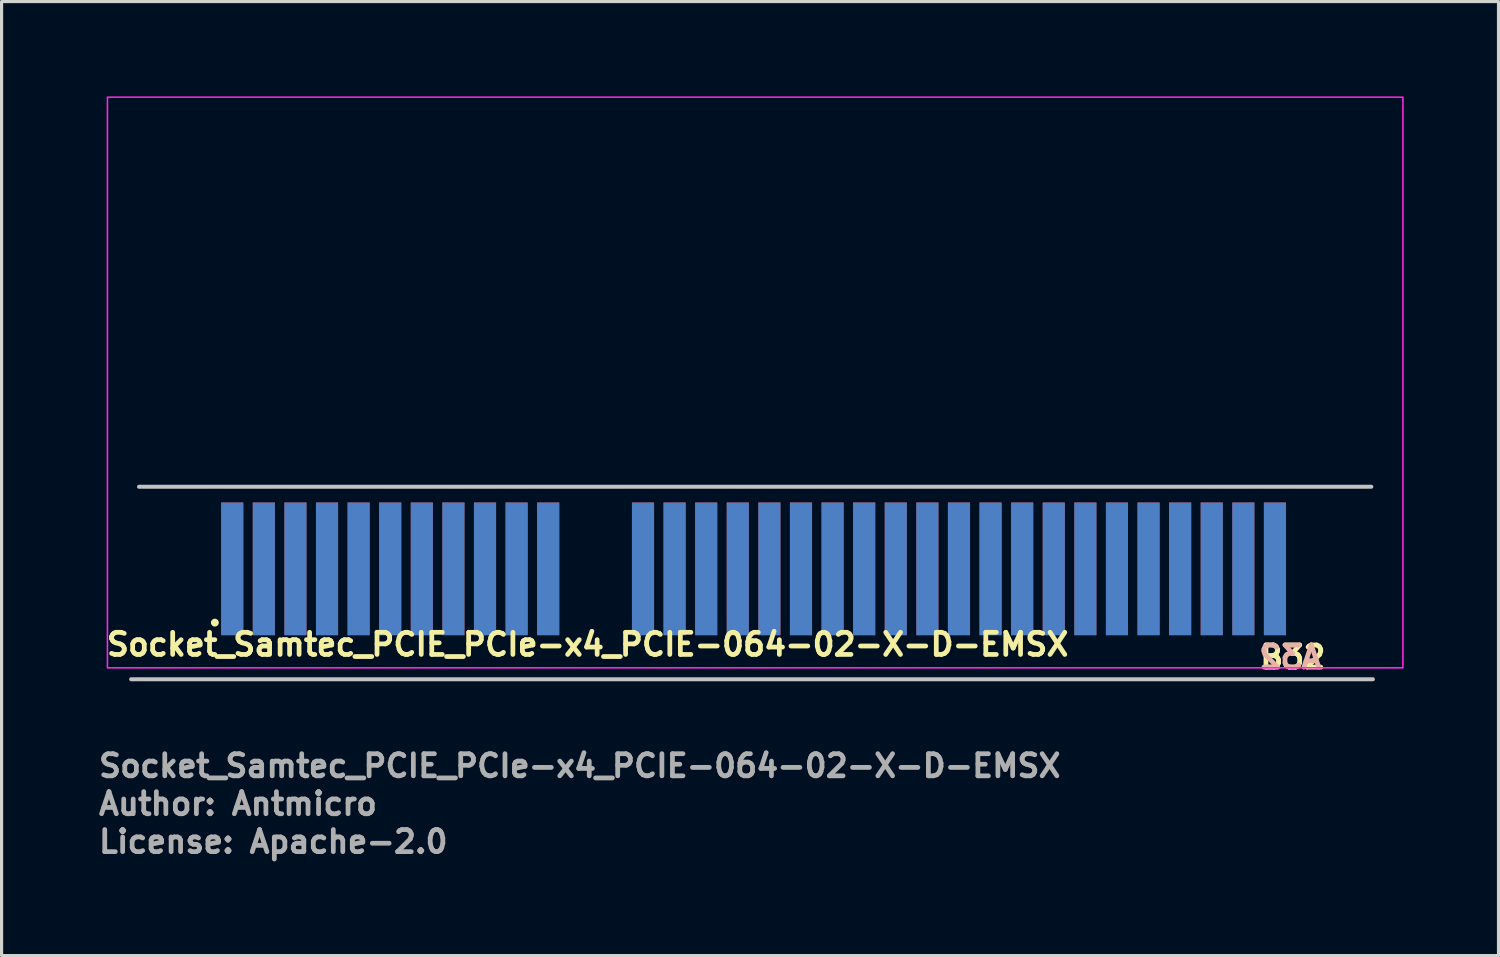
<source format=kicad_pcb>
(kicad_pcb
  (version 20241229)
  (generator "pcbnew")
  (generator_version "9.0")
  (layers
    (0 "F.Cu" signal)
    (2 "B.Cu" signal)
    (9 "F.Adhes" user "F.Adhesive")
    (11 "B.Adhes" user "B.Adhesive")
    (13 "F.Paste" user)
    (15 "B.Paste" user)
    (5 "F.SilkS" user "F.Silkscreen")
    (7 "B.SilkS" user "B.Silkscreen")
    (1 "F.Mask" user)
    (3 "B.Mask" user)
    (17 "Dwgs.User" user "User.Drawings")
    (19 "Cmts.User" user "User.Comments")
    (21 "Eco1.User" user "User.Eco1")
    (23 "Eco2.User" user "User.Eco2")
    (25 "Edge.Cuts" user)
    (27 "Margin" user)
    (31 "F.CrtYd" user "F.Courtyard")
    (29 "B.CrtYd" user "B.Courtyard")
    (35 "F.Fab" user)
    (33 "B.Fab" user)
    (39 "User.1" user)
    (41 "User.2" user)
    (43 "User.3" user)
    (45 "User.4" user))
  (footprint "Socket_Samtec_PCIE_PCIe-x4_PCIE-064-02-X-D-EMSX"
    (layer "F.Cu")
    (at 20.85 9.055)
    (property "Reference" "Socket_Samtec_PCIE_PCIe-x4_PCIE-064-02-X-D-EMSX" (at -20.6 8.7 0) (layer "F.SilkS") (effects (font (size 0.7 0.7) (thickness 0.15)) (justify left bottom)))
    (attr smd)
    (fp_circle (center -17.1 7.6) (end -17.05 7.6) (stroke (width 0.15) (type solid)) (fill yes) (layer "F.SilkS"))
    (fp_line (start 19.5 3.3) (end -19.5 3.3) (stroke (width 0.127) (type solid)) (layer "Dwgs.User"))
    (fp_line (start 19.55 9.392) (end -19.75 9.392) (stroke (width 0.127) (type solid)) (layer "Dwgs.User"))
    (fp_rect (start -20.5 -9.03) (end 20.5 9.03) (stroke (width 0.05) (type solid)) (fill no) (layer "F.CrtYd"))
    (fp_rect (start -19.5 -8.032) (end 19.5 8.033) (stroke (width 0.1) (type solid)) (fill no) (layer "User.5"))
    (fp_line (start -19.5 -8.008) (end -15.95 -8.008) (stroke (width 0.02) (type solid)) (layer "User.9"))
    (fp_line (start -19.5 -5.207) (end -19.5 -8.008) (stroke (width 0.02) (type solid)) (layer "User.9"))
    (fp_line (start -19.5 -4.407) (end -19.5 -5.207) (stroke (width 0.02) (type solid)) (layer "User.9"))
    (fp_line (start -19.5 3.042) (end -19.5 -4.407) (stroke (width 0.02) (type solid)) (layer "User.9"))
    (fp_line (start -18.481 -8.032) (end -17.381 -8.032) (stroke (width 0.02) (type solid)) (layer "User.9"))
    (fp_line (start -18.481 -8.008) (end -18.481 -8.032) (stroke (width 0.02) (type solid)) (layer "User.9"))
    (fp_line (start -17.381 -8.008) (end -17.381 -8.032) (stroke (width 0.02) (type solid)) (layer "User.9"))
    (fp_line (start -16.695 5.393) (end -16.695 3.042) (stroke (width 0.02) (type solid)) (layer "User.9"))
    (fp_line (start -16.695 5.393) (end -16.695 5.531) (stroke (width 0.02) (type solid)) (layer "User.9"))
    (fp_line (start -16.695 7.538) (end -16.695 5.531) (stroke (width 0.02) (type solid)) (layer "User.9"))
    (fp_line (start -16.695 7.538) (end -16.695 7.732) (stroke (width 0.02) (type solid)) (layer "User.9"))
    (fp_line (start -16.695 7.903) (end -16.695 7.732) (stroke (width 0.02) (type solid)) (layer "User.9"))
    (fp_line (start -16.695 8.033) (end -16.695 7.903) (stroke (width 0.02) (type solid)) (layer "User.9"))
    (fp_line (start -16.34 3.042) (end -16.34 5.393) (stroke (width 0.02) (type solid)) (layer "User.9"))
    (fp_line (start -16.34 5.393) (end -16.34 5.531) (stroke (width 0.02) (type solid)) (layer "User.9"))
    (fp_line (start -16.34 5.531) (end -16.34 7.538) (stroke (width 0.02) (type solid)) (layer "User.9"))
    (fp_line (start -16.34 7.538) (end -16.34 7.732) (stroke (width 0.02) (type solid)) (layer "User.9"))
    (fp_line (start -16.34 7.732) (end -16.34 7.903) (stroke (width 0.02) (type solid)) (layer "User.9"))
    (fp_line (start -16.34 7.903) (end -16.695 7.903) (stroke (width 0.02) (type solid)) (layer "User.9"))
    (fp_line (start -16.34 7.903) (end -16.34 8.033) (stroke (width 0.02) (type solid)) (layer "User.9"))
    (fp_line (start -16.34 8.033) (end -16.695 8.033) (stroke (width 0.02) (type solid)) (layer "User.9"))
    (fp_line (start -15.95 -8.008) (end -15.95 -5.207) (stroke (width 0.02) (type solid)) (layer "User.9"))
    (fp_line (start -15.95 -5.207) (end -19.5 -5.207) (stroke (width 0.02) (type solid)) (layer "User.9"))
    (fp_line (start -15.95 -5.207) (end -15.95 -4.407) (stroke (width 0.02) (type solid)) (layer "User.9"))
    (fp_line (start -15.95 -4.407) (end -19.5 -4.407) (stroke (width 0.02) (type solid)) (layer "User.9"))
    (fp_line (start -15.695 5.393) (end -15.695 3.042) (stroke (width 0.02) (type solid)) (layer "User.9"))
    (fp_line (start -15.695 5.531) (end -15.695 5.393) (stroke (width 0.02) (type solid)) (layer "User.9"))
    (fp_line (start -15.695 7.538) (end -15.695 5.531) (stroke (width 0.02) (type solid)) (layer "User.9"))
    (fp_line (start -15.695 7.732) (end -15.695 7.538) (stroke (width 0.02) (type solid)) (layer "User.9"))
    (fp_line (start -15.695 7.903) (end -15.695 7.732) (stroke (width 0.02) (type solid)) (layer "User.9"))
    (fp_line (start -15.695 8.033) (end -15.695 7.903) (stroke (width 0.02) (type solid)) (layer "User.9"))
    (fp_line (start -15.34 3.042) (end -15.34 5.393) (stroke (width 0.02) (type solid)) (layer "User.9"))
    (fp_line (start -15.34 5.393) (end -15.34 5.531) (stroke (width 0.02) (type solid)) (layer "User.9"))
    (fp_line (start -15.34 5.531) (end -15.34 7.538) (stroke (width 0.02) (type solid)) (layer "User.9"))
    (fp_line (start -15.34 7.538) (end -15.34 7.732) (stroke (width 0.02) (type solid)) (layer "User.9"))
    (fp_line (start -15.34 7.732) (end -15.34 7.903) (stroke (width 0.02) (type solid)) (layer "User.9"))
    (fp_line (start -15.34 7.903) (end -15.695 7.903) (stroke (width 0.02) (type solid)) (layer "User.9"))
    (fp_line (start -15.34 7.903) (end -15.34 8.033) (stroke (width 0.02) (type solid)) (layer "User.9"))
    (fp_line (start -15.34 8.033) (end -15.695 8.033) (stroke (width 0.02) (type solid)) (layer "User.9"))
    (fp_line (start -14.695 5.393) (end -14.695 3.042) (stroke (width 0.02) (type solid)) (layer "User.9"))
    (fp_line (start -14.695 5.531) (end -14.695 5.393) (stroke (width 0.02) (type solid)) (layer "User.9"))
    (fp_line (start -14.695 7.538) (end -14.695 5.531) (stroke (width 0.02) (type solid)) (layer "User.9"))
    (fp_line (start -14.695 7.732) (end -14.695 7.538) (stroke (width 0.02) (type solid)) (layer "User.9"))
    (fp_line (start -14.695 7.903) (end -14.695 7.732) (stroke (width 0.02) (type solid)) (layer "User.9"))
    (fp_line (start -14.695 8.033) (end -14.695 7.903) (stroke (width 0.02) (type solid)) (layer "User.9"))
    (fp_line (start -14.55 -8.008) (end -15.95 -8.008) (stroke (width 0.02) (type solid)) (layer "User.9"))
    (fp_line (start -14.55 -8.008) (end -10.45 -8.008) (stroke (width 0.02) (type solid)) (layer "User.9"))
    (fp_line (start -14.55 -5.207) (end -14.55 -8.008) (stroke (width 0.02) (type solid)) (layer "User.9"))
    (fp_line (start -14.55 -4.407) (end -14.55 -5.207) (stroke (width 0.02) (type solid)) (layer "User.9"))
    (fp_line (start -14.34 3.042) (end -14.34 5.393) (stroke (width 0.02) (type solid)) (layer "User.9"))
    (fp_line (start -14.34 5.393) (end -14.34 5.531) (stroke (width 0.02) (type solid)) (layer "User.9"))
    (fp_line (start -14.34 5.531) (end -14.34 7.538) (stroke (width 0.02) (type solid)) (layer "User.9"))
    (fp_line (start -14.34 7.538) (end -14.34 7.732) (stroke (width 0.02) (type solid)) (layer "User.9"))
    (fp_line (start -14.34 7.732) (end -14.34 7.903) (stroke (width 0.02) (type solid)) (layer "User.9"))
    (fp_line (start -14.34 7.903) (end -14.695 7.903) (stroke (width 0.02) (type solid)) (layer "User.9"))
    (fp_line (start -14.34 7.903) (end -14.34 8.033) (stroke (width 0.02) (type solid)) (layer "User.9"))
    (fp_line (start -14.34 8.033) (end -14.695 8.033) (stroke (width 0.02) (type solid)) (layer "User.9"))
    (fp_line (start -13.695 5.393) (end -13.695 3.042) (stroke (width 0.02) (type solid)) (layer "User.9"))
    (fp_line (start -13.695 5.531) (end -13.695 5.393) (stroke (width 0.02) (type solid)) (layer "User.9"))
    (fp_line (start -13.695 7.538) (end -13.695 5.531) (stroke (width 0.02) (type solid)) (layer "User.9"))
    (fp_line (start -13.695 7.732) (end -13.695 7.538) (stroke (width 0.02) (type solid)) (layer "User.9"))
    (fp_line (start -13.695 7.903) (end -13.695 7.732) (stroke (width 0.02) (type solid)) (layer "User.9"))
    (fp_line (start -13.695 8.033) (end -13.695 7.903) (stroke (width 0.02) (type solid)) (layer "User.9"))
    (fp_line (start -13.34 3.042) (end -13.34 5.393) (stroke (width 0.02) (type solid)) (layer "User.9"))
    (fp_line (start -13.34 5.393) (end -13.34 5.531) (stroke (width 0.02) (type solid)) (layer "User.9"))
    (fp_line (start -13.34 5.531) (end -13.34 7.538) (stroke (width 0.02) (type solid)) (layer "User.9"))
    (fp_line (start -13.34 7.538) (end -13.34 7.732) (stroke (width 0.02) (type solid)) (layer "User.9"))
    (fp_line (start -13.34 7.732) (end -13.34 7.903) (stroke (width 0.02) (type solid)) (layer "User.9"))
    (fp_line (start -13.34 7.903) (end -13.695 7.903) (stroke (width 0.02) (type solid)) (layer "User.9"))
    (fp_line (start -13.34 7.903) (end -13.34 8.033) (stroke (width 0.02) (type solid)) (layer "User.9"))
    (fp_line (start -13.34 8.033) (end -13.695 8.033) (stroke (width 0.02) (type solid)) (layer "User.9"))
    (fp_line (start -12.695 5.393) (end -12.695 3.042) (stroke (width 0.02) (type solid)) (layer "User.9"))
    (fp_line (start -12.695 5.531) (end -12.695 5.393) (stroke (width 0.02) (type solid)) (layer "User.9"))
    (fp_line (start -12.695 7.538) (end -12.695 5.531) (stroke (width 0.02) (type solid)) (layer "User.9"))
    (fp_line (start -12.695 7.732) (end -12.695 7.538) (stroke (width 0.02) (type solid)) (layer "User.9"))
    (fp_line (start -12.695 7.903) (end -12.695 7.732) (stroke (width 0.02) (type solid)) (layer "User.9"))
    (fp_line (start -12.695 8.033) (end -12.695 7.903) (stroke (width 0.02) (type solid)) (layer "User.9"))
    (fp_line (start -12.34 3.042) (end -12.34 5.393) (stroke (width 0.02) (type solid)) (layer "User.9"))
    (fp_line (start -12.34 5.393) (end -12.34 5.531) (stroke (width 0.02) (type solid)) (layer "User.9"))
    (fp_line (start -12.34 5.531) (end -12.34 7.538) (stroke (width 0.02) (type solid)) (layer "User.9"))
    (fp_line (start -12.34 7.538) (end -12.34 7.732) (stroke (width 0.02) (type solid)) (layer "User.9"))
    (fp_line (start -12.34 7.732) (end -12.34 7.903) (stroke (width 0.02) (type solid)) (layer "User.9"))
    (fp_line (start -12.34 7.903) (end -12.695 7.903) (stroke (width 0.02) (type solid)) (layer "User.9"))
    (fp_line (start -12.34 7.903) (end -12.34 8.033) (stroke (width 0.02) (type solid)) (layer "User.9"))
    (fp_line (start -12.34 8.033) (end -12.695 8.033) (stroke (width 0.02) (type solid)) (layer "User.9"))
    (fp_line (start -11.695 5.393) (end -11.695 3.042) (stroke (width 0.02) (type solid)) (layer "User.9"))
    (fp_line (start -11.695 5.531) (end -11.695 5.393) (stroke (width 0.02) (type solid)) (layer "User.9"))
    (fp_line (start -11.695 7.538) (end -11.695 5.531) (stroke (width 0.02) (type solid)) (layer "User.9"))
    (fp_line (start -11.695 7.732) (end -11.695 7.538) (stroke (width 0.02) (type solid)) (layer "User.9"))
    (fp_line (start -11.695 7.903) (end -11.695 7.732) (stroke (width 0.02) (type solid)) (layer "User.9"))
    (fp_line (start -11.695 8.033) (end -11.695 7.903) (stroke (width 0.02) (type solid)) (layer "User.9"))
    (fp_line (start -11.34 3.042) (end -11.34 5.393) (stroke (width 0.02) (type solid)) (layer "User.9"))
    (fp_line (start -11.34 5.393) (end -11.34 5.531) (stroke (width 0.02) (type solid)) (layer "User.9"))
    (fp_line (start -11.34 5.531) (end -11.34 7.538) (stroke (width 0.02) (type solid)) (layer "User.9"))
    (fp_line (start -11.34 7.538) (end -11.34 7.732) (stroke (width 0.02) (type solid)) (layer "User.9"))
    (fp_line (start -11.34 7.732) (end -11.34 7.903) (stroke (width 0.02) (type solid)) (layer "User.9"))
    (fp_line (start -11.34 7.903) (end -11.695 7.903) (stroke (width 0.02) (type solid)) (layer "User.9"))
    (fp_line (start -11.34 7.903) (end -11.34 8.033) (stroke (width 0.02) (type solid)) (layer "User.9"))
    (fp_line (start -11.34 8.033) (end -11.695 8.033) (stroke (width 0.02) (type solid)) (layer "User.9"))
    (fp_line (start -10.695 5.393) (end -10.695 3.042) (stroke (width 0.02) (type solid)) (layer "User.9"))
    (fp_line (start -10.695 5.531) (end -10.695 5.393) (stroke (width 0.02) (type solid)) (layer "User.9"))
    (fp_line (start -10.695 7.538) (end -10.695 5.531) (stroke (width 0.02) (type solid)) (layer "User.9"))
    (fp_line (start -10.695 7.732) (end -10.695 7.538) (stroke (width 0.02) (type solid)) (layer "User.9"))
    (fp_line (start -10.695 7.903) (end -10.695 7.732) (stroke (width 0.02) (type solid)) (layer "User.9"))
    (fp_line (start -10.695 8.033) (end -10.695 7.903) (stroke (width 0.02) (type solid)) (layer "User.9"))
    (fp_line (start -10.45 -8.008) (end -10.45 -5.207) (stroke (width 0.02) (type solid)) (layer "User.9"))
    (fp_line (start -10.45 -5.207) (end -14.55 -5.207) (stroke (width 0.02) (type solid)) (layer "User.9"))
    (fp_line (start -10.45 -4.407) (end -14.55 -4.407) (stroke (width 0.02) (type solid)) (layer "User.9"))
    (fp_line (start -10.45 -4.407) (end -10.45 -5.207) (stroke (width 0.02) (type solid)) (layer "User.9"))
    (fp_line (start -10.34 3.042) (end -10.34 5.393) (stroke (width 0.02) (type solid)) (layer "User.9"))
    (fp_line (start -10.34 5.393) (end -10.34 5.531) (stroke (width 0.02) (type solid)) (layer "User.9"))
    (fp_line (start -10.34 5.531) (end -10.34 7.538) (stroke (width 0.02) (type solid)) (layer "User.9"))
    (fp_line (start -10.34 7.538) (end -10.34 7.732) (stroke (width 0.02) (type solid)) (layer "User.9"))
    (fp_line (start -10.34 7.732) (end -10.34 7.903) (stroke (width 0.02) (type solid)) (layer "User.9"))
    (fp_line (start -10.34 7.903) (end -10.695 7.903) (stroke (width 0.02) (type solid)) (layer "User.9"))
    (fp_line (start -10.34 7.903) (end -10.34 8.033) (stroke (width 0.02) (type solid)) (layer "User.9"))
    (fp_line (start -10.34 8.033) (end -10.695 8.033) (stroke (width 0.02) (type solid)) (layer "User.9"))
    (fp_line (start -9.695 5.393) (end -9.695 3.042) (stroke (width 0.02) (type solid)) (layer "User.9"))
    (fp_line (start -9.695 5.531) (end -9.695 5.393) (stroke (width 0.02) (type solid)) (layer "User.9"))
    (fp_line (start -9.695 7.538) (end -9.695 5.531) (stroke (width 0.02) (type solid)) (layer "User.9"))
    (fp_line (start -9.695 7.732) (end -9.695 7.538) (stroke (width 0.02) (type solid)) (layer "User.9"))
    (fp_line (start -9.695 7.903) (end -9.695 7.732) (stroke (width 0.02) (type solid)) (layer "User.9"))
    (fp_line (start -9.695 8.033) (end -9.695 7.903) (stroke (width 0.02) (type solid)) (layer "User.9"))
    (fp_line (start -9.34 3.042) (end -9.34 5.393) (stroke (width 0.02) (type solid)) (layer "User.9"))
    (fp_line (start -9.34 5.393) (end -9.34 5.531) (stroke (width 0.02) (type solid)) (layer "User.9"))
    (fp_line (start -9.34 5.531) (end -9.34 7.538) (stroke (width 0.02) (type solid)) (layer "User.9"))
    (fp_line (start -9.34 7.538) (end -9.34 7.732) (stroke (width 0.02) (type solid)) (layer "User.9"))
    (fp_line (start -9.34 7.732) (end -9.34 7.903) (stroke (width 0.02) (type solid)) (layer "User.9"))
    (fp_line (start -9.34 7.903) (end -9.695 7.903) (stroke (width 0.02) (type solid)) (layer "User.9"))
    (fp_line (start -9.34 7.903) (end -9.34 8.033) (stroke (width 0.02) (type solid)) (layer "User.9"))
    (fp_line (start -9.34 8.033) (end -9.695 8.033) (stroke (width 0.02) (type solid)) (layer "User.9"))
    (fp_line (start -9.05 -8.008) (end -10.45 -8.008) (stroke (width 0.02) (type solid)) (layer "User.9"))
    (fp_line (start -9.05 -8.008) (end -4.95 -8.008) (stroke (width 0.02) (type solid)) (layer "User.9"))
    (fp_line (start -9.05 -5.207) (end -9.05 -8.008) (stroke (width 0.02) (type solid)) (layer "User.9"))
    (fp_line (start -9.05 -4.407) (end -9.05 -5.207) (stroke (width 0.02) (type solid)) (layer "User.9"))
    (fp_line (start -8.695 5.393) (end -8.695 3.042) (stroke (width 0.02) (type solid)) (layer "User.9"))
    (fp_line (start -8.695 5.531) (end -8.695 5.393) (stroke (width 0.02) (type solid)) (layer "User.9"))
    (fp_line (start -8.695 7.538) (end -8.695 5.531) (stroke (width 0.02) (type solid)) (layer "User.9"))
    (fp_line (start -8.695 7.732) (end -8.695 7.538) (stroke (width 0.02) (type solid)) (layer "User.9"))
    (fp_line (start -8.695 7.903) (end -8.695 7.732) (stroke (width 0.02) (type solid)) (layer "User.9"))
    (fp_line (start -8.695 8.033) (end -8.695 7.903) (stroke (width 0.02) (type solid)) (layer "User.9"))
    (fp_line (start -8.34 3.042) (end -8.34 5.393) (stroke (width 0.02) (type solid)) (layer "User.9"))
    (fp_line (start -8.34 5.393) (end -8.34 5.531) (stroke (width 0.02) (type solid)) (layer "User.9"))
    (fp_line (start -8.34 5.531) (end -8.34 7.538) (stroke (width 0.02) (type solid)) (layer "User.9"))
    (fp_line (start -8.34 7.538) (end -8.34 7.732) (stroke (width 0.02) (type solid)) (layer "User.9"))
    (fp_line (start -8.34 7.732) (end -8.34 7.903) (stroke (width 0.02) (type solid)) (layer "User.9"))
    (fp_line (start -8.34 7.903) (end -8.695 7.903) (stroke (width 0.02) (type solid)) (layer "User.9"))
    (fp_line (start -8.34 7.903) (end -8.34 8.033) (stroke (width 0.02) (type solid)) (layer "User.9"))
    (fp_line (start -8.34 8.033) (end -8.695 8.033) (stroke (width 0.02) (type solid)) (layer "User.9"))
    (fp_line (start -7.695 5.393) (end -7.695 3.042) (stroke (width 0.02) (type solid)) (layer "User.9"))
    (fp_line (start -7.695 5.531) (end -7.695 5.393) (stroke (width 0.02) (type solid)) (layer "User.9"))
    (fp_line (start -7.695 7.538) (end -7.695 5.531) (stroke (width 0.02) (type solid)) (layer "User.9"))
    (fp_line (start -7.695 7.732) (end -7.695 7.538) (stroke (width 0.02) (type solid)) (layer "User.9"))
    (fp_line (start -7.695 7.903) (end -7.695 7.732) (stroke (width 0.02) (type solid)) (layer "User.9"))
    (fp_line (start -7.695 8.033) (end -7.695 7.903) (stroke (width 0.02) (type solid)) (layer "User.9"))
    (fp_line (start -7.34 3.042) (end -7.34 5.393) (stroke (width 0.02) (type solid)) (layer "User.9"))
    (fp_line (start -7.34 5.393) (end -7.34 5.531) (stroke (width 0.02) (type solid)) (layer "User.9"))
    (fp_line (start -7.34 5.531) (end -7.34 7.538) (stroke (width 0.02) (type solid)) (layer "User.9"))
    (fp_line (start -7.34 7.538) (end -7.34 7.732) (stroke (width 0.02) (type solid)) (layer "User.9"))
    (fp_line (start -7.34 7.732) (end -7.34 7.903) (stroke (width 0.02) (type solid)) (layer "User.9"))
    (fp_line (start -7.34 7.903) (end -7.695 7.903) (stroke (width 0.02) (type solid)) (layer "User.9"))
    (fp_line (start -7.34 7.903) (end -7.34 8.033) (stroke (width 0.02) (type solid)) (layer "User.9"))
    (fp_line (start -7.34 8.033) (end -7.695 8.033) (stroke (width 0.02) (type solid)) (layer "User.9"))
    (fp_line (start -6.695 5.393) (end -6.695 3.042) (stroke (width 0.02) (type solid)) (layer "User.9"))
    (fp_line (start -6.695 5.531) (end -6.695 5.393) (stroke (width 0.02) (type solid)) (layer "User.9"))
    (fp_line (start -6.695 7.538) (end -6.695 5.531) (stroke (width 0.02) (type solid)) (layer "User.9"))
    (fp_line (start -6.695 7.732) (end -6.695 7.538) (stroke (width 0.02) (type solid)) (layer "User.9"))
    (fp_line (start -6.695 7.903) (end -6.695 7.732) (stroke (width 0.02) (type solid)) (layer "User.9"))
    (fp_line (start -6.695 8.033) (end -6.695 7.903) (stroke (width 0.02) (type solid)) (layer "User.9"))
    (fp_line (start -6.34 3.042) (end -6.34 5.393) (stroke (width 0.02) (type solid)) (layer "User.9"))
    (fp_line (start -6.34 5.393) (end -6.34 5.531) (stroke (width 0.02) (type solid)) (layer "User.9"))
    (fp_line (start -6.34 5.531) (end -6.34 7.538) (stroke (width 0.02) (type solid)) (layer "User.9"))
    (fp_line (start -6.34 7.538) (end -6.34 7.732) (stroke (width 0.02) (type solid)) (layer "User.9"))
    (fp_line (start -6.34 7.732) (end -6.34 7.903) (stroke (width 0.02) (type solid)) (layer "User.9"))
    (fp_line (start -6.34 7.903) (end -6.695 7.903) (stroke (width 0.02) (type solid)) (layer "User.9"))
    (fp_line (start -6.34 7.903) (end -6.34 8.033) (stroke (width 0.02) (type solid)) (layer "User.9"))
    (fp_line (start -6.34 8.033) (end -6.695 8.033) (stroke (width 0.02) (type solid)) (layer "User.9"))
    (fp_line (start -4.95 -8.008) (end -4.95 -5.207) (stroke (width 0.02) (type solid)) (layer "User.9"))
    (fp_line (start -4.95 -5.207) (end -9.05 -5.207) (stroke (width 0.02) (type solid)) (layer "User.9"))
    (fp_line (start -4.95 -4.407) (end -9.05 -4.407) (stroke (width 0.02) (type solid)) (layer "User.9"))
    (fp_line (start -4.95 -4.407) (end -4.95 -5.207) (stroke (width 0.02) (type solid)) (layer "User.9"))
    (fp_line (start -3.695 5.393) (end -3.695 3.042) (stroke (width 0.02) (type solid)) (layer "User.9"))
    (fp_line (start -3.695 5.531) (end -3.695 5.393) (stroke (width 0.02) (type solid)) (layer "User.9"))
    (fp_line (start -3.695 7.538) (end -3.695 5.531) (stroke (width 0.02) (type solid)) (layer "User.9"))
    (fp_line (start -3.695 7.732) (end -3.695 7.538) (stroke (width 0.02) (type solid)) (layer "User.9"))
    (fp_line (start -3.695 7.903) (end -3.695 7.732) (stroke (width 0.02) (type solid)) (layer "User.9"))
    (fp_line (start -3.695 8.033) (end -3.695 7.903) (stroke (width 0.02) (type solid)) (layer "User.9"))
    (fp_line (start -3.55 -8.008) (end -4.95 -8.008) (stroke (width 0.02) (type solid)) (layer "User.9"))
    (fp_line (start -3.55 -8.008) (end 0.55 -8.008) (stroke (width 0.02) (type solid)) (layer "User.9"))
    (fp_line (start -3.55 -5.207) (end -3.55 -8.008) (stroke (width 0.02) (type solid)) (layer "User.9"))
    (fp_line (start -3.55 -4.407) (end -3.55 -5.207) (stroke (width 0.02) (type solid)) (layer "User.9"))
    (fp_line (start -3.34 3.042) (end -3.34 5.393) (stroke (width 0.02) (type solid)) (layer "User.9"))
    (fp_line (start -3.34 5.393) (end -3.34 5.531) (stroke (width 0.02) (type solid)) (layer "User.9"))
    (fp_line (start -3.34 5.531) (end -3.34 7.538) (stroke (width 0.02) (type solid)) (layer "User.9"))
    (fp_line (start -3.34 7.538) (end -3.34 7.732) (stroke (width 0.02) (type solid)) (layer "User.9"))
    (fp_line (start -3.34 7.732) (end -3.34 7.903) (stroke (width 0.02) (type solid)) (layer "User.9"))
    (fp_line (start -3.34 7.903) (end -3.695 7.903) (stroke (width 0.02) (type solid)) (layer "User.9"))
    (fp_line (start -3.34 7.903) (end -3.34 8.033) (stroke (width 0.02) (type solid)) (layer "User.9"))
    (fp_line (start -3.34 8.033) (end -3.695 8.033) (stroke (width 0.02) (type solid)) (layer "User.9"))
    (fp_line (start -2.695 5.393) (end -2.695 3.042) (stroke (width 0.02) (type solid)) (layer "User.9"))
    (fp_line (start -2.695 5.531) (end -2.695 5.393) (stroke (width 0.02) (type solid)) (layer "User.9"))
    (fp_line (start -2.695 7.538) (end -2.695 5.531) (stroke (width 0.02) (type solid)) (layer "User.9"))
    (fp_line (start -2.695 7.732) (end -2.695 7.538) (stroke (width 0.02) (type solid)) (layer "User.9"))
    (fp_line (start -2.695 7.903) (end -2.695 7.732) (stroke (width 0.02) (type solid)) (layer "User.9"))
    (fp_line (start -2.695 8.033) (end -2.695 7.903) (stroke (width 0.02) (type solid)) (layer "User.9"))
    (fp_line (start -2.34 3.042) (end -2.34 5.393) (stroke (width 0.02) (type solid)) (layer "User.9"))
    (fp_line (start -2.34 5.393) (end -2.34 5.531) (stroke (width 0.02) (type solid)) (layer "User.9"))
    (fp_line (start -2.34 5.531) (end -2.34 7.538) (stroke (width 0.02) (type solid)) (layer "User.9"))
    (fp_line (start -2.34 7.538) (end -2.34 7.732) (stroke (width 0.02) (type solid)) (layer "User.9"))
    (fp_line (start -2.34 7.732) (end -2.34 7.903) (stroke (width 0.02) (type solid)) (layer "User.9"))
    (fp_line (start -2.34 7.903) (end -2.695 7.903) (stroke (width 0.02) (type solid)) (layer "User.9"))
    (fp_line (start -2.34 7.903) (end -2.34 8.033) (stroke (width 0.02) (type solid)) (layer "User.9"))
    (fp_line (start -2.34 8.033) (end -2.695 8.033) (stroke (width 0.02) (type solid)) (layer "User.9"))
    (fp_line (start -1.695 5.393) (end -1.695 3.042) (stroke (width 0.02) (type solid)) (layer "User.9"))
    (fp_line (start -1.695 5.531) (end -1.695 5.393) (stroke (width 0.02) (type solid)) (layer "User.9"))
    (fp_line (start -1.695 7.538) (end -1.695 5.531) (stroke (width 0.02) (type solid)) (layer "User.9"))
    (fp_line (start -1.695 7.732) (end -1.695 7.538) (stroke (width 0.02) (type solid)) (layer "User.9"))
    (fp_line (start -1.695 7.903) (end -1.695 7.732) (stroke (width 0.02) (type solid)) (layer "User.9"))
    (fp_line (start -1.695 8.033) (end -1.695 7.903) (stroke (width 0.02) (type solid)) (layer "User.9"))
    (fp_line (start -1.34 3.042) (end -1.34 5.393) (stroke (width 0.02) (type solid)) (layer "User.9"))
    (fp_line (start -1.34 5.393) (end -1.34 5.531) (stroke (width 0.02) (type solid)) (layer "User.9"))
    (fp_line (start -1.34 5.531) (end -1.34 7.538) (stroke (width 0.02) (type solid)) (layer "User.9"))
    (fp_line (start -1.34 7.538) (end -1.34 7.732) (stroke (width 0.02) (type solid)) (layer "User.9"))
    (fp_line (start -1.34 7.732) (end -1.34 7.903) (stroke (width 0.02) (type solid)) (layer "User.9"))
    (fp_line (start -1.34 7.903) (end -1.695 7.903) (stroke (width 0.02) (type solid)) (layer "User.9"))
    (fp_line (start -1.34 7.903) (end -1.34 8.033) (stroke (width 0.02) (type solid)) (layer "User.9"))
    (fp_line (start -1.34 8.033) (end -1.695 8.033) (stroke (width 0.02) (type solid)) (layer "User.9"))
    (fp_line (start -0.695 5.393) (end -0.695 3.042) (stroke (width 0.02) (type solid)) (layer "User.9"))
    (fp_line (start -0.695 5.531) (end -0.695 5.393) (stroke (width 0.02) (type solid)) (layer "User.9"))
    (fp_line (start -0.695 7.538) (end -0.695 5.531) (stroke (width 0.02) (type solid)) (layer "User.9"))
    (fp_line (start -0.695 7.732) (end -0.695 7.538) (stroke (width 0.02) (type solid)) (layer "User.9"))
    (fp_line (start -0.695 7.903) (end -0.695 7.732) (stroke (width 0.02) (type solid)) (layer "User.9"))
    (fp_line (start -0.695 8.033) (end -0.695 7.903) (stroke (width 0.02) (type solid)) (layer "User.9"))
    (fp_line (start -0.34 3.042) (end -0.34 5.393) (stroke (width 0.02) (type solid)) (layer "User.9"))
    (fp_line (start -0.34 5.393) (end -0.34 5.531) (stroke (width 0.02) (type solid)) (layer "User.9"))
    (fp_line (start -0.34 5.531) (end -0.34 7.538) (stroke (width 0.02) (type solid)) (layer "User.9"))
    (fp_line (start -0.34 7.538) (end -0.34 7.732) (stroke (width 0.02) (type solid)) (layer "User.9"))
    (fp_line (start -0.34 7.732) (end -0.34 7.903) (stroke (width 0.02) (type solid)) (layer "User.9"))
    (fp_line (start -0.34 7.903) (end -0.695 7.903) (stroke (width 0.02) (type solid)) (layer "User.9"))
    (fp_line (start -0.34 7.903) (end -0.34 8.033) (stroke (width 0.02) (type solid)) (layer "User.9"))
    (fp_line (start -0.34 8.033) (end -0.695 8.033) (stroke (width 0.02) (type solid)) (layer "User.9"))
    (fp_line (start 0.305 5.393) (end 0.305 3.042) (stroke (width 0.02) (type solid)) (layer "User.9"))
    (fp_line (start 0.305 5.531) (end 0.305 5.393) (stroke (width 0.02) (type solid)) (layer "User.9"))
    (fp_line (start 0.305 7.538) (end 0.305 5.531) (stroke (width 0.02) (type solid)) (layer "User.9"))
    (fp_line (start 0.305 7.732) (end 0.305 7.538) (stroke (width 0.02) (type solid)) (layer "User.9"))
    (fp_line (start 0.305 7.903) (end 0.305 7.732) (stroke (width 0.02) (type solid)) (layer "User.9"))
    (fp_line (start 0.305 8.033) (end 0.305 7.903) (stroke (width 0.02) (type solid)) (layer "User.9"))
    (fp_line (start 0.55 -8.008) (end 0.55 -5.207) (stroke (width 0.02) (type solid)) (layer "User.9"))
    (fp_line (start 0.55 -5.207) (end -3.55 -5.207) (stroke (width 0.02) (type solid)) (layer "User.9"))
    (fp_line (start 0.55 -4.407) (end -3.55 -4.407) (stroke (width 0.02) (type solid)) (layer "User.9"))
    (fp_line (start 0.55 -4.407) (end 0.55 -5.207) (stroke (width 0.02) (type solid)) (layer "User.9"))
    (fp_line (start 0.66 3.042) (end 0.66 5.393) (stroke (width 0.02) (type solid)) (layer "User.9"))
    (fp_line (start 0.66 5.393) (end 0.66 5.531) (stroke (width 0.02) (type solid)) (layer "User.9"))
    (fp_line (start 0.66 5.531) (end 0.66 7.538) (stroke (width 0.02) (type solid)) (layer "User.9"))
    (fp_line (start 0.66 7.538) (end 0.66 7.732) (stroke (width 0.02) (type solid)) (layer "User.9"))
    (fp_line (start 0.66 7.732) (end 0.66 7.903) (stroke (width 0.02) (type solid)) (layer "User.9"))
    (fp_line (start 0.66 7.903) (end 0.305 7.903) (stroke (width 0.02) (type solid)) (layer "User.9"))
    (fp_line (start 0.66 7.903) (end 0.66 8.033) (stroke (width 0.02) (type solid)) (layer "User.9"))
    (fp_line (start 0.66 8.033) (end 0.305 8.033) (stroke (width 0.02) (type solid)) (layer "User.9"))
    (fp_line (start 1.305 5.393) (end 1.305 3.042) (stroke (width 0.02) (type solid)) (layer "User.9"))
    (fp_line (start 1.305 5.531) (end 1.305 5.393) (stroke (width 0.02) (type solid)) (layer "User.9"))
    (fp_line (start 1.305 7.538) (end 1.305 5.531) (stroke (width 0.02) (type solid)) (layer "User.9"))
    (fp_line (start 1.305 7.732) (end 1.305 7.538) (stroke (width 0.02) (type solid)) (layer "User.9"))
    (fp_line (start 1.305 7.903) (end 1.305 7.732) (stroke (width 0.02) (type solid)) (layer "User.9"))
    (fp_line (start 1.305 8.033) (end 1.305 7.903) (stroke (width 0.02) (type solid)) (layer "User.9"))
    (fp_line (start 1.66 3.042) (end 1.66 5.393) (stroke (width 0.02) (type solid)) (layer "User.9"))
    (fp_line (start 1.66 5.393) (end 1.66 5.531) (stroke (width 0.02) (type solid)) (layer "User.9"))
    (fp_line (start 1.66 5.531) (end 1.66 7.538) (stroke (width 0.02) (type solid)) (layer "User.9"))
    (fp_line (start 1.66 7.538) (end 1.66 7.732) (stroke (width 0.02) (type solid)) (layer "User.9"))
    (fp_line (start 1.66 7.732) (end 1.66 7.903) (stroke (width 0.02) (type solid)) (layer "User.9"))
    (fp_line (start 1.66 7.903) (end 1.305 7.903) (stroke (width 0.02) (type solid)) (layer "User.9"))
    (fp_line (start 1.66 7.903) (end 1.66 8.033) (stroke (width 0.02) (type solid)) (layer "User.9"))
    (fp_line (start 1.66 8.033) (end 1.305 8.033) (stroke (width 0.02) (type solid)) (layer "User.9"))
    (fp_line (start 1.95 -8.008) (end 0.55 -8.008) (stroke (width 0.02) (type solid)) (layer "User.9"))
    (fp_line (start 1.95 -8.008) (end 6.05 -8.008) (stroke (width 0.02) (type solid)) (layer "User.9"))
    (fp_line (start 1.95 -5.207) (end 1.95 -8.008) (stroke (width 0.02) (type solid)) (layer "User.9"))
    (fp_line (start 1.95 -4.407) (end 1.95 -5.207) (stroke (width 0.02) (type solid)) (layer "User.9"))
    (fp_line (start 2.305 5.393) (end 2.305 3.042) (stroke (width 0.02) (type solid)) (layer "User.9"))
    (fp_line (start 2.305 5.531) (end 2.305 5.393) (stroke (width 0.02) (type solid)) (layer "User.9"))
    (fp_line (start 2.305 7.538) (end 2.305 5.531) (stroke (width 0.02) (type solid)) (layer "User.9"))
    (fp_line (start 2.305 7.732) (end 2.305 7.538) (stroke (width 0.02) (type solid)) (layer "User.9"))
    (fp_line (start 2.305 7.903) (end 2.305 7.732) (stroke (width 0.02) (type solid)) (layer "User.9"))
    (fp_line (start 2.305 8.033) (end 2.305 7.903) (stroke (width 0.02) (type solid)) (layer "User.9"))
    (fp_line (start 2.66 3.042) (end 2.66 5.393) (stroke (width 0.02) (type solid)) (layer "User.9"))
    (fp_line (start 2.66 5.393) (end 2.66 5.531) (stroke (width 0.02) (type solid)) (layer "User.9"))
    (fp_line (start 2.66 5.531) (end 2.66 7.538) (stroke (width 0.02) (type solid)) (layer "User.9"))
    (fp_line (start 2.66 7.538) (end 2.66 7.732) (stroke (width 0.02) (type solid)) (layer "User.9"))
    (fp_line (start 2.66 7.732) (end 2.66 7.903) (stroke (width 0.02) (type solid)) (layer "User.9"))
    (fp_line (start 2.66 7.903) (end 2.305 7.903) (stroke (width 0.02) (type solid)) (layer "User.9"))
    (fp_line (start 2.66 7.903) (end 2.66 8.033) (stroke (width 0.02) (type solid)) (layer "User.9"))
    (fp_line (start 2.66 8.033) (end 2.305 8.033) (stroke (width 0.02) (type solid)) (layer "User.9"))
    (fp_line (start 3.305 5.393) (end 3.305 3.042) (stroke (width 0.02) (type solid)) (layer "User.9"))
    (fp_line (start 3.305 5.531) (end 3.305 5.393) (stroke (width 0.02) (type solid)) (layer "User.9"))
    (fp_line (start 3.305 7.538) (end 3.305 5.531) (stroke (width 0.02) (type solid)) (layer "User.9"))
    (fp_line (start 3.305 7.732) (end 3.305 7.538) (stroke (width 0.02) (type solid)) (layer "User.9"))
    (fp_line (start 3.305 7.903) (end 3.305 7.732) (stroke (width 0.02) (type solid)) (layer "User.9"))
    (fp_line (start 3.305 8.033) (end 3.305 7.903) (stroke (width 0.02) (type solid)) (layer "User.9"))
    (fp_line (start 3.66 3.042) (end 3.66 5.393) (stroke (width 0.02) (type solid)) (layer "User.9"))
    (fp_line (start 3.66 5.393) (end 3.66 5.531) (stroke (width 0.02) (type solid)) (layer "User.9"))
    (fp_line (start 3.66 5.531) (end 3.66 7.538) (stroke (width 0.02) (type solid)) (layer "User.9"))
    (fp_line (start 3.66 7.538) (end 3.66 7.732) (stroke (width 0.02) (type solid)) (layer "User.9"))
    (fp_line (start 3.66 7.732) (end 3.66 7.903) (stroke (width 0.02) (type solid)) (layer "User.9"))
    (fp_line (start 3.66 7.903) (end 3.305 7.903) (stroke (width 0.02) (type solid)) (layer "User.9"))
    (fp_line (start 3.66 7.903) (end 3.66 8.033) (stroke (width 0.02) (type solid)) (layer "User.9"))
    (fp_line (start 3.66 8.033) (end 3.305 8.033) (stroke (width 0.02) (type solid)) (layer "User.9"))
    (fp_line (start 4.305 5.393) (end 4.305 3.042) (stroke (width 0.02) (type solid)) (layer "User.9"))
    (fp_line (start 4.305 5.531) (end 4.305 5.393) (stroke (width 0.02) (type solid)) (layer "User.9"))
    (fp_line (start 4.305 7.538) (end 4.305 5.531) (stroke (width 0.02) (type solid)) (layer "User.9"))
    (fp_line (start 4.305 7.732) (end 4.305 7.538) (stroke (width 0.02) (type solid)) (layer "User.9"))
    (fp_line (start 4.305 7.903) (end 4.305 7.732) (stroke (width 0.02) (type solid)) (layer "User.9"))
    (fp_line (start 4.305 8.033) (end 4.305 7.903) (stroke (width 0.02) (type solid)) (layer "User.9"))
    (fp_line (start 4.66 3.042) (end 4.66 5.393) (stroke (width 0.02) (type solid)) (layer "User.9"))
    (fp_line (start 4.66 5.393) (end 4.66 5.531) (stroke (width 0.02) (type solid)) (layer "User.9"))
    (fp_line (start 4.66 5.531) (end 4.66 7.538) (stroke (width 0.02) (type solid)) (layer "User.9"))
    (fp_line (start 4.66 7.538) (end 4.66 7.732) (stroke (width 0.02) (type solid)) (layer "User.9"))
    (fp_line (start 4.66 7.732) (end 4.66 7.903) (stroke (width 0.02) (type solid)) (layer "User.9"))
    (fp_line (start 4.66 7.903) (end 4.305 7.903) (stroke (width 0.02) (type solid)) (layer "User.9"))
    (fp_line (start 4.66 7.903) (end 4.66 8.033) (stroke (width 0.02) (type solid)) (layer "User.9"))
    (fp_line (start 4.66 8.033) (end 4.305 8.033) (stroke (width 0.02) (type solid)) (layer "User.9"))
    (fp_line (start 5.305 5.393) (end 5.305 3.042) (stroke (width 0.02) (type solid)) (layer "User.9"))
    (fp_line (start 5.305 5.531) (end 5.305 5.393) (stroke (width 0.02) (type solid)) (layer "User.9"))
    (fp_line (start 5.305 7.538) (end 5.305 5.531) (stroke (width 0.02) (type solid)) (layer "User.9"))
    (fp_line (start 5.305 7.732) (end 5.305 7.538) (stroke (width 0.02) (type solid)) (layer "User.9"))
    (fp_line (start 5.305 7.903) (end 5.305 7.732) (stroke (width 0.02) (type solid)) (layer "User.9"))
    (fp_line (start 5.305 8.033) (end 5.305 7.903) (stroke (width 0.02) (type solid)) (layer "User.9"))
    (fp_line (start 5.66 3.042) (end 5.66 5.393) (stroke (width 0.02) (type solid)) (layer "User.9"))
    (fp_line (start 5.66 5.393) (end 5.66 5.531) (stroke (width 0.02) (type solid)) (layer "User.9"))
    (fp_line (start 5.66 5.531) (end 5.66 7.538) (stroke (width 0.02) (type solid)) (layer "User.9"))
    (fp_line (start 5.66 7.538) (end 5.66 7.732) (stroke (width 0.02) (type solid)) (layer "User.9"))
    (fp_line (start 5.66 7.732) (end 5.66 7.903) (stroke (width 0.02) (type solid)) (layer "User.9"))
    (fp_line (start 5.66 7.903) (end 5.305 7.903) (stroke (width 0.02) (type solid)) (layer "User.9"))
    (fp_line (start 5.66 7.903) (end 5.66 8.033) (stroke (width 0.02) (type solid)) (layer "User.9"))
    (fp_line (start 5.66 8.033) (end 5.305 8.033) (stroke (width 0.02) (type solid)) (layer "User.9"))
    (fp_line (start 6.05 -8.008) (end 6.05 -5.207) (stroke (width 0.02) (type solid)) (layer "User.9"))
    (fp_line (start 6.05 -5.207) (end 1.95 -5.207) (stroke (width 0.02) (type solid)) (layer "User.9"))
    (fp_line (start 6.05 -4.407) (end 1.95 -4.407) (stroke (width 0.02) (type solid)) (layer "User.9"))
    (fp_line (start 6.05 -4.407) (end 6.05 -5.207) (stroke (width 0.02) (type solid)) (layer "User.9"))
    (fp_line (start 6.305 5.393) (end 6.305 3.042) (stroke (width 0.02) (type solid)) (layer "User.9"))
    (fp_line (start 6.305 5.531) (end 6.305 5.393) (stroke (width 0.02) (type solid)) (layer "User.9"))
    (fp_line (start 6.305 7.538) (end 6.305 5.531) (stroke (width 0.02) (type solid)) (layer "User.9"))
    (fp_line (start 6.305 7.732) (end 6.305 7.538) (stroke (width 0.02) (type solid)) (layer "User.9"))
    (fp_line (start 6.305 7.903) (end 6.305 7.732) (stroke (width 0.02) (type solid)) (layer "User.9"))
    (fp_line (start 6.305 8.033) (end 6.305 7.903) (stroke (width 0.02) (type solid)) (layer "User.9"))
    (fp_line (start 6.66 3.042) (end 6.66 5.393) (stroke (width 0.02) (type solid)) (layer "User.9"))
    (fp_line (start 6.66 5.393) (end 6.66 5.531) (stroke (width 0.02) (type solid)) (layer "User.9"))
    (fp_line (start 6.66 5.531) (end 6.66 7.538) (stroke (width 0.02) (type solid)) (layer "User.9"))
    (fp_line (start 6.66 7.538) (end 6.66 7.732) (stroke (width 0.02) (type solid)) (layer "User.9"))
    (fp_line (start 6.66 7.732) (end 6.66 7.903) (stroke (width 0.02) (type solid)) (layer "User.9"))
    (fp_line (start 6.66 7.903) (end 6.305 7.903) (stroke (width 0.02) (type solid)) (layer "User.9"))
    (fp_line (start 6.66 7.903) (end 6.66 8.033) (stroke (width 0.02) (type solid)) (layer "User.9"))
    (fp_line (start 6.66 8.033) (end 6.305 8.033) (stroke (width 0.02) (type solid)) (layer "User.9"))
    (fp_line (start 7.305 5.393) (end 7.305 3.042) (stroke (width 0.02) (type solid)) (layer "User.9"))
    (fp_line (start 7.305 5.531) (end 7.305 5.393) (stroke (width 0.02) (type solid)) (layer "User.9"))
    (fp_line (start 7.305 7.538) (end 7.305 5.531) (stroke (width 0.02) (type solid)) (layer "User.9"))
    (fp_line (start 7.305 7.732) (end 7.305 7.538) (stroke (width 0.02) (type solid)) (layer "User.9"))
    (fp_line (start 7.305 7.903) (end 7.305 7.732) (stroke (width 0.02) (type solid)) (layer "User.9"))
    (fp_line (start 7.305 8.033) (end 7.305 7.903) (stroke (width 0.02) (type solid)) (layer "User.9"))
    (fp_line (start 7.45 -8.008) (end 6.05 -8.008) (stroke (width 0.02) (type solid)) (layer "User.9"))
    (fp_line (start 7.45 -8.008) (end 11.55 -8.008) (stroke (width 0.02) (type solid)) (layer "User.9"))
    (fp_line (start 7.45 -5.207) (end 7.45 -8.008) (stroke (width 0.02) (type solid)) (layer "User.9"))
    (fp_line (start 7.45 -4.407) (end 7.45 -5.207) (stroke (width 0.02) (type solid)) (layer "User.9"))
    (fp_line (start 7.66 3.042) (end 7.66 5.393) (stroke (width 0.02) (type solid)) (layer "User.9"))
    (fp_line (start 7.66 5.393) (end 7.66 5.531) (stroke (width 0.02) (type solid)) (layer "User.9"))
    (fp_line (start 7.66 5.531) (end 7.66 7.538) (stroke (width 0.02) (type solid)) (layer "User.9"))
    (fp_line (start 7.66 7.538) (end 7.66 7.732) (stroke (width 0.02) (type solid)) (layer "User.9"))
    (fp_line (start 7.66 7.732) (end 7.66 7.903) (stroke (width 0.02) (type solid)) (layer "User.9"))
    (fp_line (start 7.66 7.903) (end 7.305 7.903) (stroke (width 0.02) (type solid)) (layer "User.9"))
    (fp_line (start 7.66 7.903) (end 7.66 8.033) (stroke (width 0.02) (type solid)) (layer "User.9"))
    (fp_line (start 7.66 8.033) (end 7.305 8.033) (stroke (width 0.02) (type solid)) (layer "User.9"))
    (fp_line (start 8.305 5.393) (end 8.305 3.042) (stroke (width 0.02) (type solid)) (layer "User.9"))
    (fp_line (start 8.305 5.531) (end 8.305 5.393) (stroke (width 0.02) (type solid)) (layer "User.9"))
    (fp_line (start 8.305 7.538) (end 8.305 5.531) (stroke (width 0.02) (type solid)) (layer "User.9"))
    (fp_line (start 8.305 7.732) (end 8.305 7.538) (stroke (width 0.02) (type solid)) (layer "User.9"))
    (fp_line (start 8.305 7.903) (end 8.305 7.732) (stroke (width 0.02) (type solid)) (layer "User.9"))
    (fp_line (start 8.305 8.033) (end 8.305 7.903) (stroke (width 0.02) (type solid)) (layer "User.9"))
    (fp_line (start 8.66 3.042) (end 8.66 5.393) (stroke (width 0.02) (type solid)) (layer "User.9"))
    (fp_line (start 8.66 5.393) (end 8.66 5.531) (stroke (width 0.02) (type solid)) (layer "User.9"))
    (fp_line (start 8.66 5.531) (end 8.66 7.538) (stroke (width 0.02) (type solid)) (layer "User.9"))
    (fp_line (start 8.66 7.538) (end 8.66 7.732) (stroke (width 0.02) (type solid)) (layer "User.9"))
    (fp_line (start 8.66 7.732) (end 8.66 7.903) (stroke (width 0.02) (type solid)) (layer "User.9"))
    (fp_line (start 8.66 7.903) (end 8.305 7.903) (stroke (width 0.02) (type solid)) (layer "User.9"))
    (fp_line (start 8.66 7.903) (end 8.66 8.033) (stroke (width 0.02) (type solid)) (layer "User.9"))
    (fp_line (start 8.66 8.033) (end 8.305 8.033) (stroke (width 0.02) (type solid)) (layer "User.9"))
    (fp_line (start 9.305 5.393) (end 9.305 3.042) (stroke (width 0.02) (type solid)) (layer "User.9"))
    (fp_line (start 9.305 5.531) (end 9.305 5.393) (stroke (width 0.02) (type solid)) (layer "User.9"))
    (fp_line (start 9.305 7.538) (end 9.305 5.531) (stroke (width 0.02) (type solid)) (layer "User.9"))
    (fp_line (start 9.305 7.732) (end 9.305 7.538) (stroke (width 0.02) (type solid)) (layer "User.9"))
    (fp_line (start 9.305 7.903) (end 9.305 7.732) (stroke (width 0.02) (type solid)) (layer "User.9"))
    (fp_line (start 9.305 8.033) (end 9.305 7.903) (stroke (width 0.02) (type solid)) (layer "User.9"))
    (fp_line (start 9.66 3.042) (end 9.66 5.393) (stroke (width 0.02) (type solid)) (layer "User.9"))
    (fp_line (start 9.66 5.393) (end 9.66 5.531) (stroke (width 0.02) (type solid)) (layer "User.9"))
    (fp_line (start 9.66 5.531) (end 9.66 7.538) (stroke (width 0.02) (type solid)) (layer "User.9"))
    (fp_line (start 9.66 7.538) (end 9.66 7.732) (stroke (width 0.02) (type solid)) (layer "User.9"))
    (fp_line (start 9.66 7.732) (end 9.66 7.903) (stroke (width 0.02) (type solid)) (layer "User.9"))
    (fp_line (start 9.66 7.903) (end 9.305 7.903) (stroke (width 0.02) (type solid)) (layer "User.9"))
    (fp_line (start 9.66 7.903) (end 9.66 8.033) (stroke (width 0.02) (type solid)) (layer "User.9"))
    (fp_line (start 9.66 8.033) (end 9.305 8.033) (stroke (width 0.02) (type solid)) (layer "User.9"))
    (fp_line (start 10.305 5.393) (end 10.305 3.042) (stroke (width 0.02) (type solid)) (layer "User.9"))
    (fp_line (start 10.305 5.531) (end 10.305 5.393) (stroke (width 0.02) (type solid)) (layer "User.9"))
    (fp_line (start 10.305 7.538) (end 10.305 5.531) (stroke (width 0.02) (type solid)) (layer "User.9"))
    (fp_line (start 10.305 7.732) (end 10.305 7.538) (stroke (width 0.02) (type solid)) (layer "User.9"))
    (fp_line (start 10.305 7.903) (end 10.305 7.732) (stroke (width 0.02) (type solid)) (layer "User.9"))
    (fp_line (start 10.305 8.033) (end 10.305 7.903) (stroke (width 0.02) (type solid)) (layer "User.9"))
    (fp_line (start 10.66 3.042) (end 10.66 5.393) (stroke (width 0.02) (type solid)) (layer "User.9"))
    (fp_line (start 10.66 5.393) (end 10.66 5.531) (stroke (width 0.02) (type solid)) (layer "User.9"))
    (fp_line (start 10.66 5.531) (end 10.66 7.538) (stroke (width 0.02) (type solid)) (layer "User.9"))
    (fp_line (start 10.66 7.538) (end 10.66 7.732) (stroke (width 0.02) (type solid)) (layer "User.9"))
    (fp_line (start 10.66 7.732) (end 10.66 7.903) (stroke (width 0.02) (type solid)) (layer "User.9"))
    (fp_line (start 10.66 7.903) (end 10.305 7.903) (stroke (width 0.02) (type solid)) (layer "User.9"))
    (fp_line (start 10.66 7.903) (end 10.66 8.033) (stroke (width 0.02) (type solid)) (layer "User.9"))
    (fp_line (start 10.66 8.033) (end 10.305 8.033) (stroke (width 0.02) (type solid)) (layer "User.9"))
    (fp_line (start 11.305 5.393) (end 11.305 3.042) (stroke (width 0.02) (type solid)) (layer "User.9"))
    (fp_line (start 11.305 5.531) (end 11.305 5.393) (stroke (width 0.02) (type solid)) (layer "User.9"))
    (fp_line (start 11.305 7.538) (end 11.305 5.531) (stroke (width 0.02) (type solid)) (layer "User.9"))
    (fp_line (start 11.305 7.732) (end 11.305 7.538) (stroke (width 0.02) (type solid)) (layer "User.9"))
    (fp_line (start 11.305 7.903) (end 11.305 7.732) (stroke (width 0.02) (type solid)) (layer "User.9"))
    (fp_line (start 11.305 8.033) (end 11.305 7.903) (stroke (width 0.02) (type solid)) (layer "User.9"))
    (fp_line (start 11.55 -8.008) (end 11.55 -5.207) (stroke (width 0.02) (type solid)) (layer "User.9"))
    (fp_line (start 11.55 -5.207) (end 7.45 -5.207) (stroke (width 0.02) (type solid)) (layer "User.9"))
    (fp_line (start 11.55 -4.407) (end 7.45 -4.407) (stroke (width 0.02) (type solid)) (layer "User.9"))
    (fp_line (start 11.55 -4.407) (end 11.55 -5.207) (stroke (width 0.02) (type solid)) (layer "User.9"))
    (fp_line (start 11.66 3.042) (end 11.66 5.393) (stroke (width 0.02) (type solid)) (layer "User.9"))
    (fp_line (start 11.66 5.393) (end 11.66 5.531) (stroke (width 0.02) (type solid)) (layer "User.9"))
    (fp_line (start 11.66 5.531) (end 11.66 7.538) (stroke (width 0.02) (type solid)) (layer "User.9"))
    (fp_line (start 11.66 7.538) (end 11.66 7.732) (stroke (width 0.02) (type solid)) (layer "User.9"))
    (fp_line (start 11.66 7.732) (end 11.66 7.903) (stroke (width 0.02) (type solid)) (layer "User.9"))
    (fp_line (start 11.66 7.903) (end 11.305 7.903) (stroke (width 0.02) (type solid)) (layer "User.9"))
    (fp_line (start 11.66 7.903) (end 11.66 8.033) (stroke (width 0.02) (type solid)) (layer "User.9"))
    (fp_line (start 11.66 8.033) (end 11.305 8.033) (stroke (width 0.02) (type solid)) (layer "User.9"))
    (fp_line (start 12.305 5.393) (end 12.305 3.042) (stroke (width 0.02) (type solid)) (layer "User.9"))
    (fp_line (start 12.305 5.531) (end 12.305 5.393) (stroke (width 0.02) (type solid)) (layer "User.9"))
    (fp_line (start 12.305 7.538) (end 12.305 5.531) (stroke (width 0.02) (type solid)) (layer "User.9"))
    (fp_line (start 12.305 7.732) (end 12.305 7.538) (stroke (width 0.02) (type solid)) (layer "User.9"))
    (fp_line (start 12.305 7.903) (end 12.305 7.732) (stroke (width 0.02) (type solid)) (layer "User.9"))
    (fp_line (start 12.305 8.033) (end 12.305 7.903) (stroke (width 0.02) (type solid)) (layer "User.9"))
    (fp_line (start 12.66 3.042) (end 12.66 5.393) (stroke (width 0.02) (type solid)) (layer "User.9"))
    (fp_line (start 12.66 5.393) (end 12.66 5.531) (stroke (width 0.02) (type solid)) (layer "User.9"))
    (fp_line (start 12.66 5.531) (end 12.66 7.538) (stroke (width 0.02) (type solid)) (layer "User.9"))
    (fp_line (start 12.66 7.538) (end 12.66 7.732) (stroke (width 0.02) (type solid)) (layer "User.9"))
    (fp_line (start 12.66 7.732) (end 12.66 7.903) (stroke (width 0.02) (type solid)) (layer "User.9"))
    (fp_line (start 12.66 7.903) (end 12.305 7.903) (stroke (width 0.02) (type solid)) (layer "User.9"))
    (fp_line (start 12.66 7.903) (end 12.66 8.033) (stroke (width 0.02) (type solid)) (layer "User.9"))
    (fp_line (start 12.66 8.033) (end 12.305 8.033) (stroke (width 0.02) (type solid)) (layer "User.9"))
    (fp_line (start 12.95 -8.008) (end 11.55 -8.008) (stroke (width 0.02) (type solid)) (layer "User.9"))
    (fp_line (start 12.95 -8.008) (end 17.05 -8.008) (stroke (width 0.02) (type solid)) (layer "User.9"))
    (fp_line (start 12.95 -5.207) (end 12.95 -8.008) (stroke (width 0.02) (type solid)) (layer "User.9"))
    (fp_line (start 12.95 -4.407) (end 12.95 -5.207) (stroke (width 0.02) (type solid)) (layer "User.9"))
    (fp_line (start 13.305 5.393) (end 13.305 3.042) (stroke (width 0.02) (type solid)) (layer "User.9"))
    (fp_line (start 13.305 5.531) (end 13.305 5.393) (stroke (width 0.02) (type solid)) (layer "User.9"))
    (fp_line (start 13.305 7.538) (end 13.305 5.531) (stroke (width 0.02) (type solid)) (layer "User.9"))
    (fp_line (start 13.305 7.732) (end 13.305 7.538) (stroke (width 0.02) (type solid)) (layer "User.9"))
    (fp_line (start 13.305 7.903) (end 13.305 7.732) (stroke (width 0.02) (type solid)) (layer "User.9"))
    (fp_line (start 13.305 8.033) (end 13.305 7.903) (stroke (width 0.02) (type solid)) (layer "User.9"))
    (fp_line (start 13.66 3.042) (end 13.66 5.393) (stroke (width 0.02) (type solid)) (layer "User.9"))
    (fp_line (start 13.66 5.393) (end 13.66 5.531) (stroke (width 0.02) (type solid)) (layer "User.9"))
    (fp_line (start 13.66 5.531) (end 13.66 7.538) (stroke (width 0.02) (type solid)) (layer "User.9"))
    (fp_line (start 13.66 7.538) (end 13.66 7.732) (stroke (width 0.02) (type solid)) (layer "User.9"))
    (fp_line (start 13.66 7.732) (end 13.66 7.903) (stroke (width 0.02) (type solid)) (layer "User.9"))
    (fp_line (start 13.66 7.903) (end 13.305 7.903) (stroke (width 0.02) (type solid)) (layer "User.9"))
    (fp_line (start 13.66 7.903) (end 13.66 8.033) (stroke (width 0.02) (type solid)) (layer "User.9"))
    (fp_line (start 13.66 8.033) (end 13.305 8.033) (stroke (width 0.02) (type solid)) (layer "User.9"))
    (fp_line (start 14.305 5.393) (end 14.305 3.042) (stroke (width 0.02) (type solid)) (layer "User.9"))
    (fp_line (start 14.305 5.531) (end 14.305 5.393) (stroke (width 0.02) (type solid)) (layer "User.9"))
    (fp_line (start 14.305 7.538) (end 14.305 5.531) (stroke (width 0.02) (type solid)) (layer "User.9"))
    (fp_line (start 14.305 7.732) (end 14.305 7.538) (stroke (width 0.02) (type solid)) (layer "User.9"))
    (fp_line (start 14.305 7.903) (end 14.305 7.732) (stroke (width 0.02) (type solid)) (layer "User.9"))
    (fp_line (start 14.305 8.033) (end 14.305 7.903) (stroke (width 0.02) (type solid)) (layer "User.9"))
    (fp_line (start 14.66 3.042) (end 14.66 5.393) (stroke (width 0.02) (type solid)) (layer "User.9"))
    (fp_line (start 14.66 5.393) (end 14.66 5.531) (stroke (width 0.02) (type solid)) (layer "User.9"))
    (fp_line (start 14.66 5.531) (end 14.66 7.538) (stroke (width 0.02) (type solid)) (layer "User.9"))
    (fp_line (start 14.66 7.538) (end 14.66 7.732) (stroke (width 0.02) (type solid)) (layer "User.9"))
    (fp_line (start 14.66 7.732) (end 14.66 7.903) (stroke (width 0.02) (type solid)) (layer "User.9"))
    (fp_line (start 14.66 7.903) (end 14.305 7.903) (stroke (width 0.02) (type solid)) (layer "User.9"))
    (fp_line (start 14.66 7.903) (end 14.66 8.033) (stroke (width 0.02) (type solid)) (layer "User.9"))
    (fp_line (start 14.66 8.033) (end 14.305 8.033) (stroke (width 0.02) (type solid)) (layer "User.9"))
    (fp_line (start 15.305 5.393) (end 15.305 3.042) (stroke (width 0.02) (type solid)) (layer "User.9"))
    (fp_line (start 15.305 5.531) (end 15.305 5.393) (stroke (width 0.02) (type solid)) (layer "User.9"))
    (fp_line (start 15.305 7.538) (end 15.305 5.531) (stroke (width 0.02) (type solid)) (layer "User.9"))
    (fp_line (start 15.305 7.732) (end 15.305 7.538) (stroke (width 0.02) (type solid)) (layer "User.9"))
    (fp_line (start 15.305 7.903) (end 15.305 7.732) (stroke (width 0.02) (type solid)) (layer "User.9"))
    (fp_line (start 15.305 8.033) (end 15.305 7.903) (stroke (width 0.02) (type solid)) (layer "User.9"))
    (fp_line (start 15.66 3.042) (end 15.66 5.393) (stroke (width 0.02) (type solid)) (layer "User.9"))
    (fp_line (start 15.66 5.393) (end 15.66 5.531) (stroke (width 0.02) (type solid)) (layer "User.9"))
    (fp_line (start 15.66 5.531) (end 15.66 7.538) (stroke (width 0.02) (type solid)) (layer "User.9"))
    (fp_line (start 15.66 7.538) (end 15.66 7.732) (stroke (width 0.02) (type solid)) (layer "User.9"))
    (fp_line (start 15.66 7.732) (end 15.66 7.903) (stroke (width 0.02) (type solid)) (layer "User.9"))
    (fp_line (start 15.66 7.903) (end 15.305 7.903) (stroke (width 0.02) (type solid)) (layer "User.9"))
    (fp_line (start 15.66 7.903) (end 15.66 8.033) (stroke (width 0.02) (type solid)) (layer "User.9"))
    (fp_line (start 15.66 8.033) (end 15.305 8.033) (stroke (width 0.02) (type solid)) (layer "User.9"))
    (fp_line (start 16.305 5.393) (end 16.305 3.042) (stroke (width 0.02) (type solid)) (layer "User.9"))
    (fp_line (start 16.305 5.531) (end 16.305 5.393) (stroke (width 0.02) (type solid)) (layer "User.9"))
    (fp_line (start 16.305 7.538) (end 16.305 5.531) (stroke (width 0.02) (type solid)) (layer "User.9"))
    (fp_line (start 16.305 7.732) (end 16.305 7.538) (stroke (width 0.02) (type solid)) (layer "User.9"))
    (fp_line (start 16.305 7.903) (end 16.305 7.732) (stroke (width 0.02) (type solid)) (layer "User.9"))
    (fp_line (start 16.305 8.033) (end 16.305 7.903) (stroke (width 0.02) (type solid)) (layer "User.9"))
    (fp_line (start 16.66 3.042) (end 16.66 5.393) (stroke (width 0.02) (type solid)) (layer "User.9"))
    (fp_line (start 16.66 5.393) (end 16.66 5.531) (stroke (width 0.02) (type solid)) (layer "User.9"))
    (fp_line (start 16.66 5.531) (end 16.66 7.538) (stroke (width 0.02) (type solid)) (layer "User.9"))
    (fp_line (start 16.66 7.538) (end 16.66 7.732) (stroke (width 0.02) (type solid)) (layer "User.9"))
    (fp_line (start 16.66 7.732) (end 16.66 7.903) (stroke (width 0.02) (type solid)) (layer "User.9"))
    (fp_line (start 16.66 7.903) (end 16.305 7.903) (stroke (width 0.02) (type solid)) (layer "User.9"))
    (fp_line (start 16.66 7.903) (end 16.66 8.033) (stroke (width 0.02) (type solid)) (layer "User.9"))
    (fp_line (start 16.66 8.033) (end 16.305 8.033) (stroke (width 0.02) (type solid)) (layer "User.9"))
    (fp_line (start 17.05 -8.008) (end 17.05 -5.207) (stroke (width 0.02) (type solid)) (layer "User.9"))
    (fp_line (start 17.05 -5.207) (end 12.95 -5.207) (stroke (width 0.02) (type solid)) (layer "User.9"))
    (fp_line (start 17.05 -4.407) (end 12.95 -4.407) (stroke (width 0.02) (type solid)) (layer "User.9"))
    (fp_line (start 17.05 -4.407) (end 17.05 -5.207) (stroke (width 0.02) (type solid)) (layer "User.9"))
    (fp_line (start 18.45 -8.008) (end 17.05 -8.008) (stroke (width 0.02) (type solid)) (layer "User.9"))
    (fp_line (start 18.45 -8.008) (end 19.5 -8.008) (stroke (width 0.02) (type solid)) (layer "User.9"))
    (fp_line (start 18.45 -5.207) (end 18.45 -8.008) (stroke (width 0.02) (type solid)) (layer "User.9"))
    (fp_line (start 18.45 -4.407) (end 18.45 -5.207) (stroke (width 0.02) (type solid)) (layer "User.9"))
    (fp_line (start 19.5 -5.207) (end 18.45 -5.207) (stroke (width 0.02) (type solid)) (layer "User.9"))
    (fp_line (start 19.5 -5.207) (end 19.5 -8.008) (stroke (width 0.02) (type solid)) (layer "User.9"))
    (fp_line (start 19.5 -4.407) (end 18.45 -4.407) (stroke (width 0.02) (type solid)) (layer "User.9"))
    (fp_line (start 19.5 -4.407) (end 19.5 -5.207) (stroke (width 0.02) (type solid)) (layer "User.9"))
    (fp_line (start 19.5 3.042) (end -19.5 3.042) (stroke (width 0.02) (type solid)) (layer "User.9"))
    (fp_line (start 19.5 3.042) (end 19.5 -4.407) (stroke (width 0.02) (type solid)) (layer "User.9"))
    (fp_text user "B32" (at 15.9 9.1 0) (layer "F.SilkS") (effects (font (size 0.7 0.7) (thickness 0.15)) (justify left bottom)))
    (fp_text user "A32" (at 18 9.1 0) (layer "B.SilkS") (effects (font (size 0.7 0.7) (thickness 0.15)) (justify left bottom mirror)))
    (fp_text user "License: Apache-2.0" (at -20.85 14.942 0) (layer "F.Fab") (effects (font (size 0.7 0.7) (thickness 0.15)) (justify left bottom)))
    (fp_text user "Author: Antmicro" (at -20.85 13.742 0) (layer "F.Fab") (effects (font (size 0.7 0.7) (thickness 0.15)) (justify left bottom)))
    (fp_text user "${REFERENCE}" (at -20.85 12.542 0) (layer "F.Fab") (effects (font (size 0.7 0.7) (thickness 0.15)) (justify left bottom)))
    (pad "A1" smd rect (at -16.55 5.9) (size 0.7 4.2) (layers "B.Cu" "B.Mask" "B.Paste"))
    (pad "A2" smd rect (at -15.55 5.9) (size 0.7 4.2) (layers "B.Cu" "B.Mask" "B.Paste"))
    (pad "A3" smd rect (at -14.55 5.9) (size 0.7 4.2) (layers "B.Cu" "B.Mask" "B.Paste"))
    (pad "A4" smd rect (at -13.55 5.9) (size 0.7 4.2) (layers "B.Cu" "B.Mask" "B.Paste"))
    (pad "A5" smd rect (at -12.55 5.9) (size 0.7 4.2) (layers "B.Cu" "B.Mask" "B.Paste"))
    (pad "A6" smd rect (at -11.55 5.9) (size 0.7 4.2) (layers "B.Cu" "B.Mask" "B.Paste"))
    (pad "A7" smd rect (at -10.55 5.9) (size 0.7 4.2) (layers "B.Cu" "B.Mask" "B.Paste"))
    (pad "A8" smd rect (at -9.55 5.9) (size 0.7 4.2) (layers "B.Cu" "B.Mask" "B.Paste"))
    (pad "A9" smd rect (at -8.55 5.9) (size 0.7 4.2) (layers "B.Cu" "B.Mask" "B.Paste"))
    (pad "A10" smd rect (at -7.55 5.9) (size 0.7 4.2) (layers "B.Cu" "B.Mask" "B.Paste"))
    (pad "A11" smd rect (at -6.55 5.9) (size 0.7 4.2) (layers "B.Cu" "B.Mask" "B.Paste"))
    (pad "A12" smd rect (at -3.55 5.9) (size 0.7 4.2) (layers "B.Cu" "B.Mask" "B.Paste"))
    (pad "A13" smd rect (at -2.55 5.9) (size 0.7 4.2) (layers "B.Cu" "B.Mask" "B.Paste"))
    (pad "A14" smd rect (at -1.55 5.9) (size 0.7 4.2) (layers "B.Cu" "B.Mask" "B.Paste"))
    (pad "A15" smd rect (at -0.55 5.9) (size 0.7 4.2) (layers "B.Cu" "B.Mask" "B.Paste"))
    (pad "A16" smd rect (at 0.45 5.9) (size 0.7 4.2) (layers "B.Cu" "B.Mask" "B.Paste"))
    (pad "A17" smd rect (at 1.45 5.9) (size 0.7 4.2) (layers "B.Cu" "B.Mask" "B.Paste"))
    (pad "A18" smd rect (at 2.45 5.9) (size 0.7 4.2) (layers "B.Cu" "B.Mask" "B.Paste"))
    (pad "A19" smd rect (at 3.45 5.9) (size 0.7 4.2) (layers "B.Cu" "B.Mask" "B.Paste"))
    (pad "A20" smd rect (at 4.45 5.9) (size 0.7 4.2) (layers "B.Cu" "B.Mask" "B.Paste"))
    (pad "A21" smd rect (at 5.45 5.9) (size 0.7 4.2) (layers "B.Cu" "B.Mask" "B.Paste"))
    (pad "A22" smd rect (at 6.45 5.9) (size 0.7 4.2) (layers "B.Cu" "B.Mask" "B.Paste"))
    (pad "A23" smd rect (at 7.45 5.9) (size 0.7 4.2) (layers "B.Cu" "B.Mask" "B.Paste"))
    (pad "A24" smd rect (at 8.45 5.9) (size 0.7 4.2) (layers "B.Cu" "B.Mask" "B.Paste"))
    (pad "A25" smd rect (at 9.45 5.9) (size 0.7 4.2) (layers "B.Cu" "B.Mask" "B.Paste"))
    (pad "A26" smd rect (at 10.45 5.9) (size 0.7 4.2) (layers "B.Cu" "B.Mask" "B.Paste"))
    (pad "A27" smd rect (at 11.45 5.9) (size 0.7 4.2) (layers "B.Cu" "B.Mask" "B.Paste"))
    (pad "A28" smd rect (at 12.45 5.9) (size 0.7 4.2) (layers "B.Cu" "B.Mask" "B.Paste"))
    (pad "A29" smd rect (at 13.45 5.9) (size 0.7 4.2) (layers "B.Cu" "B.Mask" "B.Paste"))
    (pad "A30" smd rect (at 14.45 5.9) (size 0.7 4.2) (layers "B.Cu" "B.Mask" "B.Paste"))
    (pad "A31" smd rect (at 15.45 5.9) (size 0.7 4.2) (layers "B.Cu" "B.Mask" "B.Paste"))
    (pad "A32" smd rect (at 16.45 5.9) (size 0.7 4.2) (layers "B.Cu" "B.Mask" "B.Paste"))
    (pad "B1" smd rect (at -16.55 5.895) (size 0.7 4.2) (layers "F.Cu" "F.Mask" "F.Paste"))
    (pad "B2" smd rect (at -15.55 5.895) (size 0.7 4.2) (layers "F.Cu" "F.Mask" "F.Paste"))
    (pad "B3" smd rect (at -14.55 5.895) (size 0.7 4.2) (layers "F.Cu" "F.Mask" "F.Paste"))
    (pad "B4" smd rect (at -13.55 5.895) (size 0.7 4.2) (layers "F.Cu" "F.Mask" "F.Paste"))
    (pad "B5" smd rect (at -12.55 5.895) (size 0.7 4.2) (layers "F.Cu" "F.Mask" "F.Paste"))
    (pad "B6" smd rect (at -11.55 5.895) (size 0.7 4.2) (layers "F.Cu" "F.Mask" "F.Paste"))
    (pad "B7" smd rect (at -10.55 5.895) (size 0.7 4.2) (layers "F.Cu" "F.Mask" "F.Paste"))
    (pad "B8" smd rect (at -9.55 5.895) (size 0.7 4.2) (layers "F.Cu" "F.Mask" "F.Paste"))
    (pad "B9" smd rect (at -8.55 5.895) (size 0.7 4.2) (layers "F.Cu" "F.Mask" "F.Paste"))
    (pad "B10" smd rect (at -7.55 5.895) (size 0.7 4.2) (layers "F.Cu" "F.Mask" "F.Paste"))
    (pad "B11" smd rect (at -6.55 5.895) (size 0.7 4.2) (layers "F.Cu" "F.Mask" "F.Paste"))
    (pad "B12" smd rect (at -3.55 5.895) (size 0.7 4.2) (layers "F.Cu" "F.Mask" "F.Paste"))
    (pad "B13" smd rect (at -2.55 5.895) (size 0.7 4.2) (layers "F.Cu" "F.Mask" "F.Paste"))
    (pad "B14" smd rect (at -1.55 5.895) (size 0.7 4.2) (layers "F.Cu" "F.Mask" "F.Paste"))
    (pad "B15" smd rect (at -0.55 5.895) (size 0.7 4.2) (layers "F.Cu" "F.Mask" "F.Paste"))
    (pad "B16" smd rect (at 0.45 5.895) (size 0.7 4.2) (layers "F.Cu" "F.Mask" "F.Paste"))
    (pad "B17" smd rect (at 1.45 5.895) (size 0.7 4.2) (layers "F.Cu" "F.Mask" "F.Paste"))
    (pad "B18" smd rect (at 2.45 5.895) (size 0.7 4.2) (layers "F.Cu" "F.Mask" "F.Paste"))
    (pad "B19" smd rect (at 3.45 5.895) (size 0.7 4.2) (layers "F.Cu" "F.Mask" "F.Paste"))
    (pad "B20" smd rect (at 4.45 5.895) (size 0.7 4.2) (layers "F.Cu" "F.Mask" "F.Paste"))
    (pad "B21" smd rect (at 5.45 5.895) (size 0.7 4.2) (layers "F.Cu" "F.Mask" "F.Paste"))
    (pad "B22" smd rect (at 6.45 5.895) (size 0.7 4.2) (layers "F.Cu" "F.Mask" "F.Paste"))
    (pad "B23" smd rect (at 7.45 5.895) (size 0.7 4.2) (layers "F.Cu" "F.Mask" "F.Paste"))
    (pad "B24" smd rect (at 8.45 5.895) (size 0.7 4.2) (layers "F.Cu" "F.Mask" "F.Paste"))
    (pad "B25" smd rect (at 9.45 5.895) (size 0.7 4.2) (layers "F.Cu" "F.Mask" "F.Paste"))
    (pad "B26" smd rect (at 10.45 5.895) (size 0.7 4.2) (layers "F.Cu" "F.Mask" "F.Paste"))
    (pad "B27" smd rect (at 11.45 5.895) (size 0.7 4.2) (layers "F.Cu" "F.Mask" "F.Paste"))
    (pad "B28" smd rect (at 12.45 5.895) (size 0.7 4.2) (layers "F.Cu" "F.Mask" "F.Paste"))
    (pad "B29" smd rect (at 13.45 5.895) (size 0.7 4.2) (layers "F.Cu" "F.Mask" "F.Paste"))
    (pad "B30" smd rect (at 14.45 5.895) (size 0.7 4.2) (layers "F.Cu" "F.Mask" "F.Paste"))
    (pad "B31" smd rect (at 15.45 5.895) (size 0.7 4.2) (layers "F.Cu" "F.Mask" "F.Paste"))
    (pad "B32" smd rect (at 16.45 5.895) (size 0.7 4.2) (layers "F.Cu" "F.Mask" "F.Paste")))
  (gr_rect
    (start -3 -3)
    (end 44.375 27.192)
    (stroke (width 0.1) (type default))
    (fill no)
    (layer "Edge.Cuts")))
</source>
